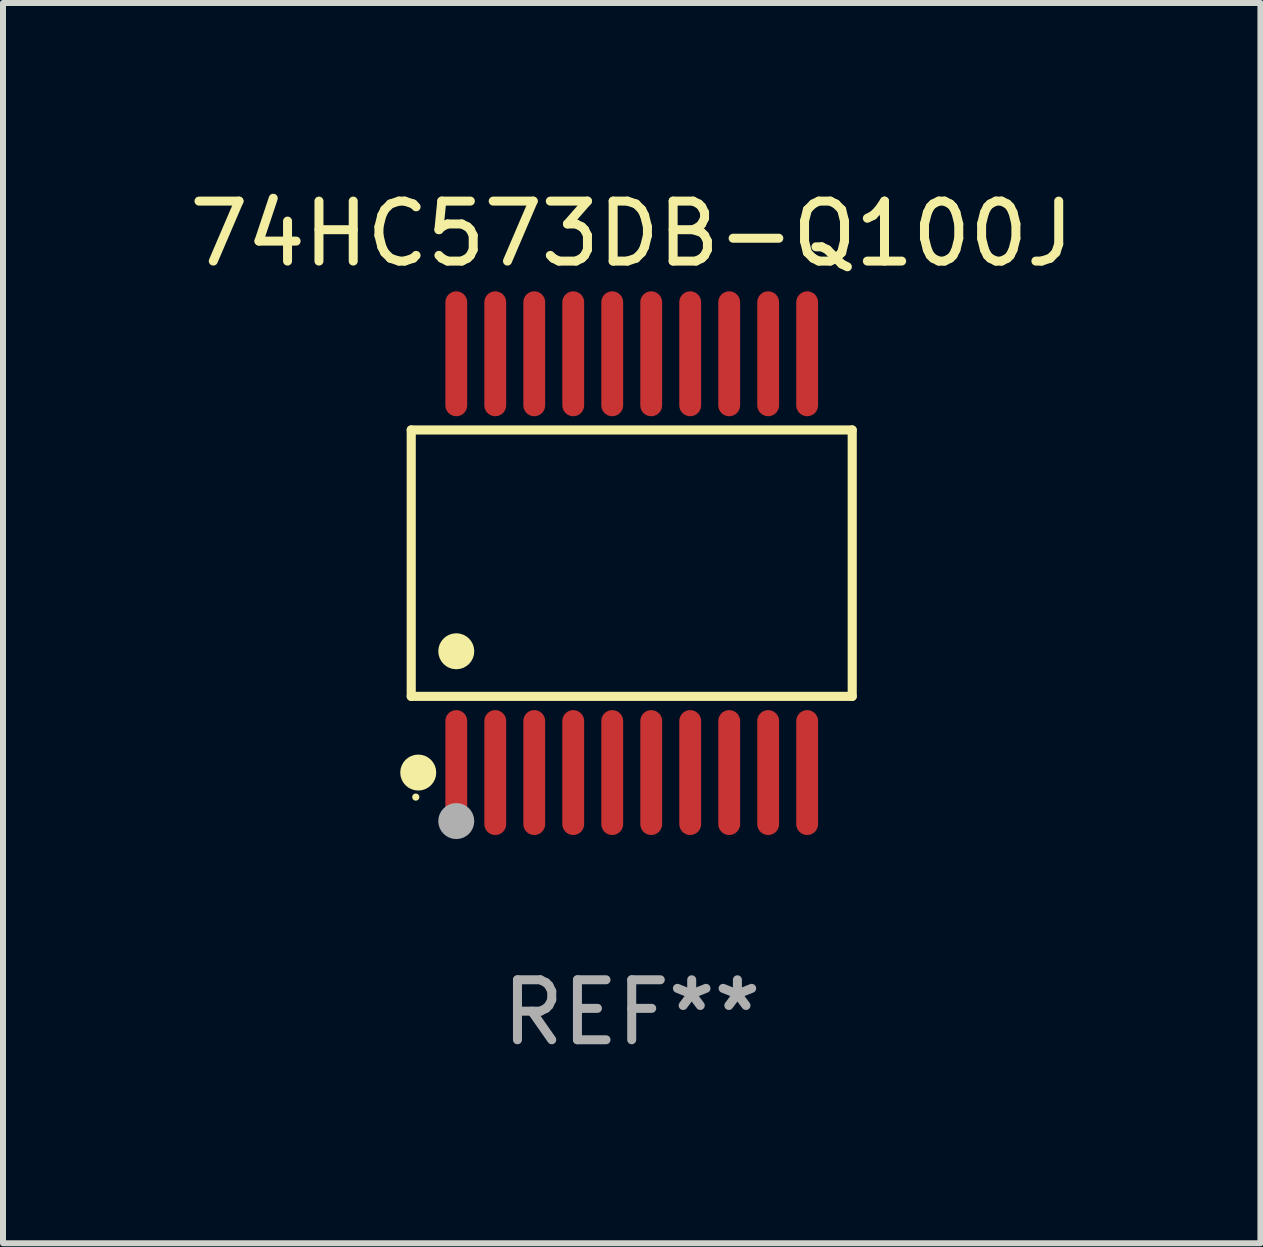
<source format=kicad_pcb>
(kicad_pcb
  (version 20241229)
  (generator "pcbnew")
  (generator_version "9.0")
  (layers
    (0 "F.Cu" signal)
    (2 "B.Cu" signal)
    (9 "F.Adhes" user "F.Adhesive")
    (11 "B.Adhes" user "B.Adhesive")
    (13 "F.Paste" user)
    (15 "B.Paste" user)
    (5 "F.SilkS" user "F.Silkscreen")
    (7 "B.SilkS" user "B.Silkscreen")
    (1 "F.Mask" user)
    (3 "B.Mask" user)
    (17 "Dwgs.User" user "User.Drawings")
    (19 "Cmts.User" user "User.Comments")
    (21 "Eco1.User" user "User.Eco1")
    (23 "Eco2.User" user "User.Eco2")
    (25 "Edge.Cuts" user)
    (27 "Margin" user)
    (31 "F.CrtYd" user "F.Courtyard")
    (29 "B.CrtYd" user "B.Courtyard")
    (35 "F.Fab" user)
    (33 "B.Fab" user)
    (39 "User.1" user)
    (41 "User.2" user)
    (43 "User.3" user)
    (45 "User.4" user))
  (footprint "74HC573DB-Q100J"
    (layer "F.Cu")
    (at 7.482 6.339)
    (property "Reference" "74HC573DB-Q100J" (at 0 -5.491 0) (layer "F.SilkS") (effects (font (size 1 1) (thickness 0.15))))
    (attr through_hole)
    (fp_line (start -3.676 -2.221) (end 3.676 -2.221) (stroke (width 0.152) (type solid)) (layer "F.SilkS"))
    (fp_line (start -3.676 2.221) (end -3.676 -2.221) (stroke (width 0.152) (type solid)) (layer "F.SilkS"))
    (fp_line (start 3.676 -2.221) (end 3.676 2.221) (stroke (width 0.152) (type solid)) (layer "F.SilkS"))
    (fp_line (start 3.676 2.221) (end -3.676 2.221) (stroke (width 0.152) (type solid)) (layer "F.SilkS"))
    (fp_circle (center -3.6 3.9) (end -3.57 3.9) (stroke (width 0.06) (type solid)) (fill no) (layer "F.SilkS"))
    (fp_circle (center -3.559 3.491) (end -3.409 3.491) (stroke (width 0.3) (type solid)) (fill no) (layer "F.SilkS"))
    (fp_circle (center -2.925 1.469) (end -2.775 1.469) (stroke (width 0.3) (type solid)) (fill no) (layer "F.SilkS"))
    (fp_circle (center -2.925 4.3) (end -2.775 4.3) (stroke (width 0.3) (type solid)) (fill no) (layer "F.Fab"))
    (fp_text user "REF**" (at 0 7.491 0) (layer "F.Fab") (effects (font (size 1 1) (thickness 0.15))))
    (pad "1" smd oval (at -2.925 3.491) (size 0.364 2.082) (layers "F.Cu" "F.Mask" "F.Paste"))
    (pad "2" smd oval (at -2.275 3.491) (size 0.364 2.082) (layers "F.Cu" "F.Mask" "F.Paste"))
    (pad "3" smd oval (at -1.625 3.491) (size 0.364 2.082) (layers "F.Cu" "F.Mask" "F.Paste"))
    (pad "4" smd oval (at -0.975 3.491) (size 0.364 2.082) (layers "F.Cu" "F.Mask" "F.Paste"))
    (pad "5" smd oval (at -0.325 3.491) (size 0.364 2.082) (layers "F.Cu" "F.Mask" "F.Paste"))
    (pad "6" smd oval (at 0.325 3.491) (size 0.364 2.082) (layers "F.Cu" "F.Mask" "F.Paste"))
    (pad "7" smd oval (at 0.975 3.491) (size 0.364 2.082) (layers "F.Cu" "F.Mask" "F.Paste"))
    (pad "8" smd oval (at 1.625 3.491) (size 0.364 2.082) (layers "F.Cu" "F.Mask" "F.Paste"))
    (pad "9" smd oval (at 2.275 3.491) (size 0.364 2.082) (layers "F.Cu" "F.Mask" "F.Paste"))
    (pad "10" smd oval (at 2.925 3.491) (size 0.364 2.082) (layers "F.Cu" "F.Mask" "F.Paste"))
    (pad "11" smd oval (at 2.925 -3.491) (size 0.364 2.082) (layers "F.Cu" "F.Mask" "F.Paste"))
    (pad "12" smd oval (at 2.275 -3.491) (size 0.364 2.082) (layers "F.Cu" "F.Mask" "F.Paste"))
    (pad "13" smd oval (at 1.625 -3.491) (size 0.364 2.082) (layers "F.Cu" "F.Mask" "F.Paste"))
    (pad "14" smd oval (at 0.975 -3.491) (size 0.364 2.082) (layers "F.Cu" "F.Mask" "F.Paste"))
    (pad "15" smd oval (at 0.325 -3.491) (size 0.364 2.082) (layers "F.Cu" "F.Mask" "F.Paste"))
    (pad "16" smd oval (at -0.325 -3.491) (size 0.364 2.082) (layers "F.Cu" "F.Mask" "F.Paste"))
    (pad "17" smd oval (at -0.975 -3.491) (size 0.364 2.082) (layers "F.Cu" "F.Mask" "F.Paste"))
    (pad "18" smd oval (at -1.625 -3.491) (size 0.364 2.082) (layers "F.Cu" "F.Mask" "F.Paste"))
    (pad "19" smd oval (at -2.275 -3.491) (size 0.364 2.082) (layers "F.Cu" "F.Mask" "F.Paste"))
    (pad "20" smd oval (at -2.925 -3.491) (size 0.364 2.082) (layers "F.Cu" "F.Mask" "F.Paste")))
  (gr_rect
    (start -3 -3)
    (end 17.964 17.678)
    (stroke (width 0.1) (type default))
    (fill no)
    (layer "Edge.Cuts")))
</source>
